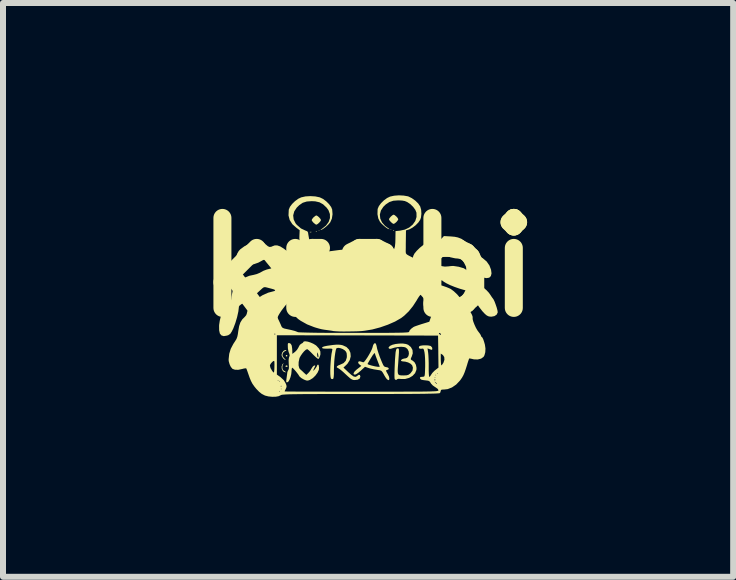
<source format=kicad_pcb>
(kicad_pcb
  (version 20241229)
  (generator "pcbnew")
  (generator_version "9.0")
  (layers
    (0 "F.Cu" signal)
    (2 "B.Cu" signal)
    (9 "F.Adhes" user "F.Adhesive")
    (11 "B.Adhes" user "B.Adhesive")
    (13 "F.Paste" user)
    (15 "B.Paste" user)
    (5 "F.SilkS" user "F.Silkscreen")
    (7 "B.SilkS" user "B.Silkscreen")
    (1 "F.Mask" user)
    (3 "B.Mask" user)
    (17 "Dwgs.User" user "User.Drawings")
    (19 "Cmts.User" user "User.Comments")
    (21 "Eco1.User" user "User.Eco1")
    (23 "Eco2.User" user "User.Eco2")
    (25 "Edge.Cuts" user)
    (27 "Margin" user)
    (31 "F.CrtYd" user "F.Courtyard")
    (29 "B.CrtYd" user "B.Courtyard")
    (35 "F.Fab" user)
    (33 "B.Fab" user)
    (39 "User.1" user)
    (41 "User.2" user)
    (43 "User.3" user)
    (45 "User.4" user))
  (footprint "krabi"
    (layer "F.Cu")
    (at 3.086 1.404)
    (property "Reference" "krabi" (at 0 0 0) (layer "F.SilkS") (effects (font (size 1.5 1.5) (thickness 0.3))))
    (attr board_only exclude_from_pos_files exclude_from_bom)
    (fp_poly (pts (xy -0.812 -0.612) (xy -0.818 -0.606) (xy -0.825 -0.612) (xy -0.818 -0.619)) (stroke (width 0) (type solid)) (fill yes) (layer "F.SilkS"))
    (fp_poly (pts (xy 0.387 -0.625) (xy 0.38 -0.619) (xy 0.374 -0.625) (xy 0.38 -0.631)) (stroke (width 0) (type solid)) (fill yes) (layer "F.SilkS"))
    (fp_poly (pts (xy -0.944 -0.588) (xy -0.948 -0.582) (xy -0.961 -0.581) (xy -0.975 -0.584) (xy -0.969 -0.589) (xy -0.949 -0.59)) (stroke (width 0) (type solid)) (fill yes) (layer "F.SilkS"))
    (fp_poly (pts (xy -0.855 -0.601) (xy -0.857 -0.594) (xy -0.863 -0.593) (xy -0.874 -0.598) (xy -0.872 -0.601) (xy -0.857 -0.603)) (stroke (width 0) (type solid)) (fill yes) (layer "F.SilkS"))
    (fp_poly (pts (xy 0.434 -0.614) (xy 0.432 -0.607) (xy 0.425 -0.606) (xy 0.415 -0.61) (xy 0.417 -0.614) (xy 0.432 -0.616)) (stroke (width 0) (type solid)) (fill yes) (layer "F.SilkS"))
    (fp_poly (pts (xy -1.35 1.465) (xy -1.347 1.468) (xy -1.349 1.485) (xy -1.352 1.488) (xy -1.369 1.486) (xy -1.372 1.483) (xy -1.37 1.466) (xy -1.367 1.463)) (stroke (width 0) (type solid)) (fill yes) (layer "F.SilkS"))
    (fp_poly (pts (xy -1.342 1.644) (xy -1.34 1.65) (xy -1.351 1.661) (xy -1.36 1.662) (xy -1.377 1.655) (xy -1.379 1.65) (xy -1.368 1.638) (xy -1.36 1.637)) (stroke (width 0) (type solid)) (fill yes) (layer "F.SilkS"))
    (fp_poly (pts (xy -1.409 1.605) (xy -1.414 1.611) (xy -1.427 1.64) (xy -1.43 1.678) (xy -1.421 1.709) (xy -1.421 1.709) (xy -1.402 1.726) (xy -1.385 1.737) (xy -1.37 1.748) (xy -1.377 1.752) (xy -1.38 1.752) (xy -1.404 1.744) (xy -1.422 1.729) (xy -1.439 1.696) (xy -1.442 1.656) (xy -1.431 1.622) (xy -1.421 1.61) (xy -1.406 1.599)) (stroke (width 0) (type solid)) (fill yes) (layer "F.SilkS"))
    (fp_poly (pts (xy -1.358 1.383) (xy -1.366 1.388) (xy -1.407 1.413) (xy -1.427 1.446) (xy -1.425 1.483) (xy -1.4 1.517) (xy -1.396 1.52) (xy -1.378 1.537) (xy -1.375 1.546) (xy -1.377 1.546) (xy -1.395 1.538) (xy -1.417 1.518) (xy -1.436 1.489) (xy -1.443 1.463) (xy -1.434 1.426) (xy -1.412 1.396) (xy -1.383 1.38) (xy -1.375 1.38)) (stroke (width 0) (type solid)) (fill yes) (layer "F.SilkS"))
    (fp_poly (pts (xy -0.846 -0.855) (xy -0.821 -0.835) (xy -0.818 -0.832) (xy -0.796 -0.807) (xy -0.786 -0.787) (xy -0.786 -0.786) (xy -0.794 -0.768) (xy -0.815 -0.743) (xy -0.818 -0.74) (xy -0.843 -0.719) (xy -0.862 -0.709) (xy -0.863 -0.709) (xy -0.881 -0.717) (xy -0.906 -0.738) (xy -0.909 -0.74) (xy -0.931 -0.766) (xy -0.941 -0.785) (xy -0.941 -0.786) (xy -0.932 -0.804) (xy -0.912 -0.829) (xy -0.909 -0.832) (xy -0.884 -0.853) (xy -0.865 -0.863) (xy -0.863 -0.863)) (stroke (width 0) (type solid)) (fill yes) (layer "F.SilkS"))
    (fp_poly (pts (xy 0.443 -0.868) (xy 0.468 -0.847) (xy 0.471 -0.845) (xy 0.492 -0.82) (xy 0.502 -0.8) (xy 0.503 -0.799) (xy 0.494 -0.781) (xy 0.474 -0.756) (xy 0.471 -0.753) (xy 0.446 -0.732) (xy 0.427 -0.722) (xy 0.425 -0.722) (xy 0.407 -0.73) (xy 0.382 -0.751) (xy 0.38 -0.753) (xy 0.358 -0.778) (xy 0.348 -0.798) (xy 0.348 -0.799) (xy 0.356 -0.817) (xy 0.377 -0.842) (xy 0.38 -0.845) (xy 0.405 -0.866) (xy 0.424 -0.876) (xy 0.425 -0.876)) (stroke (width 0) (type solid)) (fill yes) (layer "F.SilkS"))
    (fp_poly (pts (xy -0.452 1.295) (xy -0.422 1.302) (xy -0.361 1.33) (xy -0.319 1.373) (xy -0.295 1.427) (xy -0.29 1.487) (xy -0.306 1.548) (xy -0.343 1.607) (xy -0.361 1.626) (xy -0.411 1.673) (xy -0.329 1.751) (xy -0.278 1.796) (xy -0.24 1.822) (xy -0.21 1.828) (xy -0.187 1.817) (xy -0.18 1.811) (xy -0.156 1.793) (xy -0.137 1.797) (xy -0.129 1.822) (xy -0.129 1.823) (xy -0.14 1.856) (xy -0.173 1.875) (xy -0.225 1.881) (xy -0.249 1.879) (xy -0.272 1.87) (xy -0.3 1.852) (xy -0.336 1.82) (xy -0.372 1.787) (xy -0.416 1.746) (xy -0.456 1.712) (xy -0.487 1.69) (xy -0.501 1.682) (xy -0.523 1.669) (xy -0.52 1.653) (xy -0.495 1.636) (xy -0.469 1.626) (xy -0.41 1.599) (xy -0.373 1.56) (xy -0.356 1.509) (xy -0.354 1.481) (xy -0.357 1.438) (xy -0.367 1.41) (xy -0.388 1.387) (xy -0.389 1.386) (xy -0.422 1.365) (xy -0.461 1.35) (xy -0.498 1.344) (xy -0.523 1.349) (xy -0.529 1.354) (xy -0.539 1.382) (xy -0.548 1.43) (xy -0.557 1.494) (xy -0.564 1.566) (xy -0.568 1.642) (xy -0.57 1.709) (xy -0.57 1.776) (xy -0.573 1.821) (xy -0.577 1.848) (xy -0.584 1.862) (xy -0.589 1.865) (xy -0.612 1.862) (xy -0.62 1.854) (xy -0.626 1.829) (xy -0.63 1.784) (xy -0.631 1.724) (xy -0.629 1.655) (xy -0.624 1.581) (xy -0.618 1.509) (xy -0.61 1.444) (xy -0.599 1.391) (xy -0.599 1.387) (xy -0.595 1.371) (xy -0.6 1.361) (xy -0.617 1.357) (xy -0.652 1.357) (xy -0.679 1.358) (xy -0.727 1.357) (xy -0.755 1.354) (xy -0.766 1.346) (xy -0.767 1.341) (xy -0.759 1.33) (xy -0.732 1.32) (xy -0.684 1.31) (xy -0.657 1.306) (xy -0.584 1.296) (xy -0.53 1.291) (xy -0.488 1.291)) (stroke (width 0) (type solid)) (fill yes) (layer "F.SilkS"))
    (fp_poly (pts (xy 0.631 1.28) (xy 0.667 1.293) (xy 0.713 1.331) (xy 0.74 1.38) (xy 0.744 1.436) (xy 0.728 1.487) (xy 0.713 1.519) (xy 0.712 1.538) (xy 0.728 1.551) (xy 0.742 1.557) (xy 0.774 1.585) (xy 0.797 1.628) (xy 0.807 1.679) (xy 0.805 1.712) (xy 0.783 1.766) (xy 0.741 1.811) (xy 0.684 1.845) (xy 0.618 1.863) (xy 0.548 1.863) (xy 0.547 1.863) (xy 0.508 1.86) (xy 0.485 1.866) (xy 0.484 1.868) (xy 0.466 1.881) (xy 0.448 1.871) (xy 0.442 1.861) (xy 0.44 1.841) (xy 0.439 1.8) (xy 0.44 1.745) (xy 0.442 1.68) (xy 0.445 1.61) (xy 0.448 1.542) (xy 0.453 1.48) (xy 0.457 1.43) (xy 0.459 1.413) (xy 0.467 1.375) (xy 0.478 1.357) (xy 0.491 1.353) (xy 0.501 1.353) (xy 0.508 1.357) (xy 0.512 1.366) (xy 0.514 1.385) (xy 0.514 1.418) (xy 0.511 1.467) (xy 0.506 1.536) (xy 0.502 1.594) (xy 0.496 1.672) (xy 0.493 1.728) (xy 0.496 1.765) (xy 0.504 1.787) (xy 0.521 1.799) (xy 0.548 1.803) (xy 0.585 1.804) (xy 0.595 1.804) (xy 0.64 1.802) (xy 0.671 1.794) (xy 0.698 1.775) (xy 0.707 1.767) (xy 0.74 1.723) (xy 0.747 1.675) (xy 0.734 1.635) (xy 0.708 1.609) (xy 0.666 1.587) (xy 0.618 1.574) (xy 0.594 1.572) (xy 0.564 1.568) (xy 0.548 1.56) (xy 0.551 1.546) (xy 0.572 1.531) (xy 0.601 1.522) (xy 0.617 1.521) (xy 0.649 1.51) (xy 0.671 1.482) (xy 0.68 1.444) (xy 0.676 1.403) (xy 0.657 1.365) (xy 0.651 1.359) (xy 0.628 1.34) (xy 0.601 1.331) (xy 0.559 1.327) (xy 0.543 1.327) (xy 0.492 1.331) (xy 0.442 1.34) (xy 0.419 1.347) (xy 0.378 1.36) (xy 0.351 1.359) (xy 0.341 1.345) (xy 0.343 1.335) (xy 0.364 1.312) (xy 0.405 1.293) (xy 0.458 1.28) (xy 0.518 1.273) (xy 0.578 1.272)) (stroke (width 0) (type solid)) (fill yes) (layer "F.SilkS"))
    (fp_poly (pts (xy 0.128 1.275) (xy 0.137 1.298) (xy 0.146 1.334) (xy 0.147 1.345) (xy 0.156 1.379) (xy 0.172 1.43) (xy 0.192 1.488) (xy 0.208 1.529) (xy 0.232 1.587) (xy 0.249 1.625) (xy 0.263 1.648) (xy 0.277 1.659) (xy 0.293 1.664) (xy 0.3 1.665) (xy 0.331 1.673) (xy 0.345 1.688) (xy 0.34 1.702) (xy 0.324 1.71) (xy 0.306 1.715) (xy 0.299 1.723) (xy 0.304 1.74) (xy 0.321 1.771) (xy 0.33 1.786) (xy 0.348 1.825) (xy 0.354 1.857) (xy 0.35 1.878) (xy 0.337 1.883) (xy 0.315 1.868) (xy 0.308 1.86) (xy 0.291 1.837) (xy 0.269 1.801) (xy 0.258 1.78) (xy 0.238 1.747) (xy 0.221 1.728) (xy 0.195 1.718) (xy 0.154 1.712) (xy 0.149 1.711) (xy 0.093 1.702) (xy 0.036 1.689) (xy 0.01 1.681) (xy -0.052 1.66) (xy -0.124 1.726) (xy -0.162 1.758) (xy -0.195 1.781) (xy -0.218 1.791) (xy -0.22 1.791) (xy -0.241 1.784) (xy -0.242 1.766) (xy -0.225 1.738) (xy -0.189 1.704) (xy -0.178 1.696) (xy -0.113 1.645) (xy -0.142 1.623) (xy -0.152 1.613) (xy -0.01 1.613) (xy -0.001 1.62) (xy 0.027 1.63) (xy 0.061 1.64) (xy 0.116 1.653) (xy 0.16 1.66) (xy 0.187 1.661) (xy 0.193 1.657) (xy 0.189 1.643) (xy 0.177 1.612) (xy 0.16 1.568) (xy 0.155 1.555) (xy 0.137 1.508) (xy 0.123 1.47) (xy 0.116 1.447) (xy 0.116 1.444) (xy 0.111 1.431) (xy 0.098 1.44) (xy 0.074 1.471) (xy 0.045 1.518) (xy 0.02 1.56) (xy 0.001 1.593) (xy -0.009 1.611) (xy -0.01 1.613) (xy -0.152 1.613) (xy -0.164 1.599) (xy -0.165 1.578) (xy -0.148 1.568) (xy -0.122 1.572) (xy -0.093 1.582) (xy -0.077 1.585) (xy -0.063 1.574) (xy -0.041 1.546) (xy -0.014 1.507) (xy 0.014 1.461) (xy 0.04 1.414) (xy 0.06 1.373) (xy 0.072 1.342) (xy 0.073 1.337) (xy 0.084 1.299) (xy 0.099 1.273) (xy 0.116 1.266)) (stroke (width 0) (type solid)) (fill yes) (layer "F.SilkS"))
    (fp_poly (pts (xy -1.005 1.241) (xy -0.961 1.255) (xy -0.915 1.275) (xy -0.875 1.299) (xy -0.859 1.312) (xy -0.816 1.36) (xy -0.796 1.405) (xy -0.795 1.453) (xy -0.799 1.469) (xy -0.811 1.503) (xy -0.824 1.526) (xy -0.827 1.528) (xy -0.842 1.524) (xy -0.869 1.502) (xy -0.905 1.468) (xy -0.921 1.452) (xy -0.922 1.451) (xy -0.85 1.451) (xy -0.847 1.482) (xy -0.841 1.5) (xy -0.831 1.502) (xy -0.828 1.486) (xy -0.831 1.46) (xy -0.836 1.443) (xy -0.845 1.422) (xy -0.849 1.425) (xy -0.85 1.451) (xy -0.85 1.451) (xy -0.922 1.451) (xy -0.958 1.414) (xy -0.99 1.384) (xy -1.011 1.368) (xy -1.016 1.366) (xy -1.038 1.376) (xy -1.067 1.402) (xy -1.097 1.438) (xy -1.124 1.477) (xy -1.143 1.512) (xy -1.145 1.519) (xy -1.158 1.581) (xy -1.159 1.638) (xy -1.148 1.681) (xy -1.136 1.698) (xy -1.11 1.721) (xy -1.078 1.751) (xy -1.071 1.758) (xy -1.03 1.795) (xy -0.997 1.764) (xy -0.968 1.73) (xy -0.944 1.691) (xy -0.943 1.688) (xy -0.923 1.658) (xy -0.902 1.64) (xy -0.898 1.639) (xy -0.883 1.638) (xy -0.882 1.647) (xy -0.894 1.672) (xy -0.895 1.674) (xy -0.908 1.703) (xy -0.915 1.722) (xy -0.915 1.723) (xy -0.909 1.723) (xy -0.894 1.708) (xy -0.876 1.685) (xy -0.86 1.661) (xy -0.851 1.643) (xy -0.851 1.64) (xy -0.843 1.626) (xy -0.829 1.625) (xy -0.824 1.633) (xy -0.821 1.653) (xy -0.818 1.669) (xy -0.821 1.71) (xy -0.843 1.758) (xy -0.878 1.806) (xy -0.921 1.848) (xy -0.969 1.878) (xy -0.976 1.881) (xy -1.005 1.89) (xy -1.031 1.888) (xy -1.065 1.875) (xy -1.075 1.87) (xy -1.113 1.848) (xy -1.141 1.824) (xy -1.148 1.814) (xy -1.166 1.786) (xy -1.192 1.752) (xy -1.22 1.718) (xy -1.245 1.691) (xy -1.263 1.676) (xy -1.266 1.675) (xy -1.272 1.687) (xy -1.276 1.716) (xy -1.276 1.73) (xy -1.281 1.781) (xy -1.294 1.833) (xy -1.311 1.877) (xy -1.33 1.908) (xy -1.345 1.918) (xy -1.359 1.919) (xy -1.365 1.909) (xy -1.364 1.884) (xy -1.36 1.854) (xy -1.354 1.81) (xy -1.349 1.773) (xy -1.348 1.759) (xy -1.339 1.729) (xy -1.331 1.716) (xy -1.322 1.695) (xy -1.32 1.656) (xy -1.323 1.612) (xy -1.325 1.547) (xy -1.319 1.504) (xy -1.315 1.497) (xy -1.307 1.468) (xy -1.315 1.438) (xy -1.318 1.433) (xy -1.329 1.399) (xy -1.337 1.353) (xy -1.338 1.329) (xy -1.339 1.29) (xy -1.336 1.27) (xy -1.326 1.264) (xy -1.312 1.265) (xy -1.289 1.277) (xy -1.273 1.307) (xy -1.266 1.357) (xy -1.264 1.389) (xy -1.263 1.445) (xy -1.218 1.411) (xy -1.186 1.378) (xy -1.162 1.34) (xy -1.159 1.332) (xy -1.138 1.294) (xy -1.113 1.275) (xy -1.09 1.262) (xy -1.082 1.252) (xy -1.072 1.238) (xy -1.045 1.235)) (stroke (width 0) (type solid)) (fill yes) (layer "F.SilkS"))
    (fp_poly (pts (xy 0.593 -1.194) (xy 0.662 -1.182) (xy 0.674 -1.178) (xy 0.73 -1.15) (xy 0.787 -1.109) (xy 0.836 -1.061) (xy 0.868 -1.013) (xy 0.884 -0.958) (xy 0.888 -0.892) (xy 0.881 -0.828) (xy 0.868 -0.791) (xy 0.838 -0.746) (xy 0.792 -0.699) (xy 0.739 -0.659) (xy 0.689 -0.632) (xy 0.681 -0.629) (xy 0.631 -0.614) (xy 0.629 -0.452) (xy 0.628 -0.387) (xy 0.628 -0.328) (xy 0.627 -0.282) (xy 0.627 -0.255) (xy 0.627 -0.255) (xy 0.63 -0.231) (xy 0.646 -0.212) (xy 0.68 -0.192) (xy 0.686 -0.189) (xy 0.746 -0.159) (xy 0.753 -0.189) (xy 0.772 -0.227) (xy 0.81 -0.273) (xy 0.863 -0.325) (xy 0.914 -0.366) (xy 0.966 -0.404) (xy 1.007 -0.426) (xy 1.043 -0.434) (xy 1.081 -0.43) (xy 1.104 -0.425) (xy 1.162 -0.408) (xy 1.213 -0.464) (xy 1.263 -0.519) (xy 1.376 -0.513) (xy 1.444 -0.507) (xy 1.496 -0.496) (xy 1.541 -0.479) (xy 1.555 -0.473) (xy 1.612 -0.435) (xy 1.663 -0.388) (xy 1.702 -0.337) (xy 1.722 -0.288) (xy 1.722 -0.287) (xy 1.728 -0.263) (xy 1.741 -0.245) (xy 1.766 -0.228) (xy 1.807 -0.207) (xy 1.822 -0.2) (xy 1.91 -0.151) (xy 1.976 -0.095) (xy 2.022 -0.029) (xy 2.049 0.042) (xy 2.057 0.103) (xy 2.046 0.148) (xy 2.018 0.175) (xy 1.972 0.182) (xy 1.922 0.173) (xy 1.837 0.135) (xy 1.76 0.074) (xy 1.694 -0.006) (xy 1.653 -0.079) (xy 1.626 -0.138) (xy 1.547 -0.14) (xy 1.451 -0.148) (xy 1.369 -0.166) (xy 1.306 -0.193) (xy 1.265 -0.217) (xy 1.234 -0.17) (xy 1.203 -0.128) (xy 1.169 -0.087) (xy 1.164 -0.082) (xy 1.126 -0.041) (xy 1.2 -0.022) (xy 1.28 -0.01) (xy 1.339 -0.014) (xy 1.382 -0.019) (xy 1.416 -0.021) (xy 1.427 -0.02) (xy 1.454 -0.016) (xy 1.493 -0.01) (xy 1.508 -0.008) (xy 1.594 0.017) (xy 1.67 0.065) (xy 1.735 0.133) (xy 1.786 0.22) (xy 1.797 0.248) (xy 1.813 0.285) (xy 1.829 0.303) (xy 1.849 0.309) (xy 1.856 0.309) (xy 1.888 0.319) (xy 1.929 0.345) (xy 1.973 0.383) (xy 2.013 0.426) (xy 2.038 0.461) (xy 2.058 0.492) (xy 2.072 0.512) (xy 2.075 0.515) (xy 2.09 0.536) (xy 2.108 0.573) (xy 2.126 0.621) (xy 2.143 0.671) (xy 2.155 0.716) (xy 2.16 0.748) (xy 2.16 0.754) (xy 2.143 0.79) (xy 2.106 0.815) (xy 2.055 0.825) (xy 2.053 0.825) (xy 2.013 0.821) (xy 1.98 0.806) (xy 1.948 0.78) (xy 1.904 0.733) (xy 1.855 0.67) (xy 1.808 0.601) (xy 1.769 0.533) (xy 1.744 0.478) (xy 1.718 0.409) (xy 1.602 0.38) (xy 1.523 0.357) (xy 1.443 0.329) (xy 1.368 0.299) (xy 1.305 0.268) (xy 1.261 0.242) (xy 1.227 0.216) (xy 1.179 0.249) (xy 1.13 0.282) (xy 1.168 0.29) (xy 1.24 0.309) (xy 1.309 0.333) (xy 1.366 0.357) (xy 1.379 0.364) (xy 1.43 0.402) (xy 1.485 0.454) (xy 1.536 0.514) (xy 1.576 0.573) (xy 1.589 0.598) (xy 1.615 0.643) (xy 1.645 0.681) (xy 1.661 0.695) (xy 1.687 0.721) (xy 1.712 0.757) (xy 1.732 0.796) (xy 1.743 0.829) (xy 1.742 0.842) (xy 1.743 0.868) (xy 1.754 0.909) (xy 1.773 0.958) (xy 1.796 1.008) (xy 1.82 1.05) (xy 1.835 1.071) (xy 1.861 1.105) (xy 1.878 1.132) (xy 1.881 1.143) (xy 1.887 1.158) (xy 1.891 1.16) (xy 1.904 1.172) (xy 1.92 1.204) (xy 1.936 1.253) (xy 1.947 1.292) (xy 1.956 1.355) (xy 1.953 1.417) (xy 1.939 1.469) (xy 1.924 1.495) (xy 1.883 1.524) (xy 1.827 1.538) (xy 1.763 1.536) (xy 1.746 1.532) (xy 1.711 1.524) (xy 1.688 1.521) (xy 1.684 1.522) (xy 1.679 1.536) (xy 1.668 1.568) (xy 1.654 1.612) (xy 1.651 1.624) (xy 1.627 1.699) (xy 1.607 1.756) (xy 1.588 1.8) (xy 1.567 1.838) (xy 1.542 1.875) (xy 1.527 1.894) (xy 1.467 1.957) (xy 1.398 2.004) (xy 1.326 2.032) (xy 1.266 2.039) (xy 1.231 2.04) (xy 1.215 2.047) (xy 1.211 2.06) (xy 1.203 2.088) (xy 1.196 2.098) (xy 1.187 2.101) (xy 1.166 2.103) (xy 1.132 2.105) (xy 1.083 2.107) (xy 1.018 2.108) (xy 0.936 2.11) (xy 0.836 2.111) (xy 0.716 2.112) (xy 0.577 2.112) (xy 0.415 2.113) (xy 0.231 2.113) (xy 0.024 2.113) (xy -0.127 2.113) (xy -0.341 2.113) (xy -0.531 2.114) (xy -0.697 2.114) (xy -0.843 2.114) (xy -0.968 2.115) (xy -1.076 2.115) (xy -1.166 2.116) (xy -1.241 2.117) (xy -1.301 2.118) (xy -1.35 2.12) (xy -1.387 2.122) (xy -1.414 2.124) (xy -1.434 2.126) (xy -1.447 2.129) (xy -1.455 2.132) (xy -1.457 2.134) (xy -1.491 2.15) (xy -1.541 2.159) (xy -1.6 2.16) (xy -1.661 2.154) (xy -1.717 2.14) (xy -1.724 2.137) (xy -1.774 2.111) (xy -1.82 2.074) (xy -1.825 2.068) (xy -1.482 2.068) (xy -1.476 2.075) (xy -1.469 2.068) (xy -1.476 2.062) (xy -1.482 2.068) (xy -1.825 2.068) (xy -1.861 2.031) (xy -1.862 2.03) (xy -1.456 2.03) (xy -1.45 2.036) (xy -1.443 2.03) (xy -1.45 2.023) (xy -1.456 2.03) (xy -1.862 2.03) (xy -1.899 1.985) (xy -1.456 1.985) (xy -1.452 1.995) (xy -1.448 1.993) (xy -1.446 1.978) (xy -1.448 1.976) (xy -1.455 1.978) (xy -1.456 1.985) (xy -1.899 1.985) (xy -1.899 1.984) (xy -1.928 1.943) (xy -1.95 1.901) (xy -1.482 1.901) (xy -1.476 1.907) (xy -1.469 1.901) (xy -1.476 1.894) (xy -1.482 1.901) (xy -1.95 1.901) (xy -1.952 1.897) (xy -1.956 1.888) (xy -1.508 1.888) (xy -1.501 1.894) (xy -1.495 1.888) (xy -1.501 1.881) (xy -1.508 1.888) (xy -1.956 1.888) (xy -1.975 1.842) (xy -1.997 1.779) (xy -2.012 1.736) (xy -2.024 1.703) (xy -2.031 1.687) (xy -2.045 1.685) (xy -2.075 1.69) (xy -2.097 1.696) (xy -2.162 1.71) (xy -2.219 1.709) (xy -2.259 1.695) (xy -2.261 1.694) (xy -2.288 1.662) (xy -2.299 1.64) (xy -1.637 1.64) (xy -1.627 1.681) (xy -1.6 1.727) (xy -1.587 1.744) (xy -1.576 1.755) (xy -1.57 1.753) (xy -1.566 1.736) (xy -1.563 1.698) (xy -1.562 1.669) (xy -1.561 1.621) (xy -1.562 1.583) (xy -1.565 1.563) (xy -1.565 1.562) (xy -1.579 1.564) (xy -1.599 1.58) (xy -1.62 1.604) (xy -1.634 1.628) (xy -1.637 1.64) (xy -2.299 1.64) (xy -2.31 1.615) (xy -2.324 1.564) (xy -2.325 1.535) (xy -2.315 1.443) (xy -2.29 1.361) (xy -2.247 1.279) (xy -2.215 1.23) (xy -2.195 1.198) (xy -2.181 1.161) (xy -2.175 1.134) (xy -1.521 1.134) (xy -1.521 1.462) (xy -1.521 1.79) (xy -1.463 1.83) (xy -1.406 1.883) (xy -1.378 1.928) (xy -1.363 1.964) (xy -1.359 1.989) (xy -1.365 2.012) (xy -1.372 2.026) (xy -1.385 2.054) (xy -1.392 2.07) (xy -1.392 2.07) (xy -1.379 2.071) (xy -1.343 2.072) (xy -1.284 2.072) (xy -1.204 2.073) (xy -1.106 2.073) (xy -0.99 2.074) (xy -0.859 2.074) (xy -0.715 2.074) (xy -0.558 2.075) (xy -0.391 2.075) (xy -0.216 2.075) (xy -0.11 2.075) (xy 0.101 2.075) (xy 0.286 2.075) (xy 0.45 2.075) (xy 0.591 2.074) (xy 0.713 2.074) (xy 0.817 2.073) (xy 0.904 2.073) (xy 0.975 2.072) (xy 1.033 2.071) (xy 1.078 2.069) (xy 1.112 2.068) (xy 1.137 2.066) (xy 1.154 2.063) (xy 1.165 2.06) (xy 1.17 2.057) (xy 1.172 2.054) (xy 1.173 2.051) (xy 1.161 2.029) (xy 1.127 2.004) (xy 1.118 1.999) (xy 1.078 1.971) (xy 1.048 1.939) (xy 1.044 1.931) (xy 1.028 1.907) (xy 1.109 1.907) (xy 1.112 1.914) (xy 1.12 1.923) (xy 1.138 1.943) (xy 1.147 1.943) (xy 1.147 1.941) (xy 1.138 1.93) (xy 1.124 1.918) (xy 1.109 1.907) (xy 1.028 1.907) (xy 1.026 1.905) (xy 1.002 1.892) (xy 0.97 1.888) (xy 0.929 1.883) (xy 0.895 1.877) (xy 0.89 1.875) (xy 0.888 1.874) (xy 1.109 1.874) (xy 1.112 1.891) (xy 1.116 1.891) (xy 1.119 1.874) (xy 1.117 1.866) (xy 1.111 1.861) (xy 1.109 1.874) (xy 0.888 1.874) (xy 0.87 1.862) (xy 0.864 1.843) (xy 0.868 1.836) (xy 1.108 1.836) (xy 1.115 1.843) (xy 1.121 1.836) (xy 1.115 1.83) (xy 1.108 1.836) (xy 0.868 1.836) (xy 0.873 1.83) (xy 0.88 1.829) (xy 0.906 1.827) (xy 0.921 1.825) (xy 0.932 1.823) (xy 0.939 1.815) (xy 0.944 1.797) (xy 0.947 1.765) (xy 0.949 1.715) (xy 0.951 1.657) (xy 0.951 1.586) (xy 0.949 1.518) (xy 0.945 1.46) (xy 0.94 1.42) (xy 0.931 1.381) (xy 0.922 1.361) (xy 0.909 1.356) (xy 0.892 1.359) (xy 0.863 1.359) (xy 0.846 1.346) (xy 0.849 1.324) (xy 0.853 1.318) (xy 0.873 1.309) (xy 0.911 1.303) (xy 0.956 1.302) (xy 1.001 1.304) (xy 1.036 1.311) (xy 1.045 1.315) (xy 1.065 1.336) (xy 1.07 1.354) (xy 1.068 1.372) (xy 1.06 1.377) (xy 1.037 1.371) (xy 1.024 1.366) (xy 0.99 1.353) (xy 1.001 1.427) (xy 1.005 1.47) (xy 1.008 1.53) (xy 1.01 1.599) (xy 1.01 1.666) (xy 1.01 1.727) (xy 1.012 1.778) (xy 1.015 1.814) (xy 1.019 1.83) (xy 1.019 1.83) (xy 1.032 1.82) (xy 1.047 1.798) (xy 1.121 1.798) (xy 1.128 1.804) (xy 1.134 1.798) (xy 1.128 1.791) (xy 1.121 1.798) (xy 1.047 1.798) (xy 1.048 1.795) (xy 1.05 1.793) (xy 1.064 1.772) (xy 1.147 1.772) (xy 1.153 1.778) (xy 1.16 1.772) (xy 1.153 1.766) (xy 1.147 1.772) (xy 1.064 1.772) (xy 1.071 1.762) (xy 1.104 1.728) (xy 1.121 1.714) (xy 1.173 1.673) (xy 1.17 1.44) (xy 1.211 1.44) (xy 1.211 1.538) (xy 1.213 1.585) (xy 1.216 1.62) (xy 1.22 1.636) (xy 1.221 1.637) (xy 1.233 1.626) (xy 1.25 1.601) (xy 1.255 1.593) (xy 1.272 1.543) (xy 1.269 1.498) (xy 1.247 1.464) (xy 1.24 1.459) (xy 1.211 1.44) (xy 1.17 1.44) (xy 1.17 1.407) (xy 1.166 1.14) (xy -0.177 1.137) (xy -1.521 1.134) (xy -2.175 1.134) (xy -2.171 1.114) (xy -1.558 1.114) (xy -1.556 1.13) (xy -1.552 1.131) (xy -1.548 1.113) (xy -1.551 1.106) (xy -1.556 1.101) (xy -1.558 1.114) (xy -2.171 1.114) (xy -2.171 1.113) (xy -2.169 1.099) (xy 1.179 1.099) (xy 1.187 1.112) (xy 1.188 1.114) (xy 1.205 1.131) (xy 1.211 1.128) (xy 1.211 1.115) (xy 1.201 1.098) (xy 1.192 1.095) (xy 1.179 1.099) (xy -2.169 1.099) (xy -2.164 1.063) (xy -2.15 0.982) (xy -2.129 0.92) (xy -2.097 0.869) (xy -2.068 0.84) (xy -1.507 0.84) (xy -1.501 0.862) (xy -1.492 0.879) (xy -1.472 0.922) (xy -1.452 0.967) (xy -1.452 0.969) (xy -1.439 0.996) (xy -1.422 1.012) (xy -1.394 1.023) (xy -1.357 1.031) (xy -1.277 1.048) (xy -1.22 1.063) (xy -1.183 1.077) (xy -1.173 1.082) (xy -1.156 1.085) (xy -1.114 1.087) (xy -1.048 1.089) (xy -0.959 1.091) (xy -0.847 1.093) (xy -0.714 1.094) (xy -0.561 1.095) (xy -0.387 1.095) (xy -0.235 1.095) (xy -0.057 1.095) (xy 0.097 1.095) (xy 0.228 1.095) (xy 0.339 1.094) (xy 0.431 1.093) (xy 0.505 1.092) (xy 0.564 1.091) (xy 0.609 1.089) (xy 0.642 1.087) (xy 0.663 1.085) (xy 0.676 1.082) (xy 0.682 1.079) (xy 0.683 1.077) (xy 0.693 1.052) (xy 0.72 1.024) (xy 0.755 0.998) (xy 0.773 0.989) (xy 0.8 0.979) (xy 0.844 0.964) (xy 0.896 0.947) (xy 0.913 0.942) (xy 1.02 0.909) (xy 1.051 0.819) (xy 1.067 0.773) (xy 1.078 0.735) (xy 1.082 0.714) (xy 1.082 0.713) (xy 1.074 0.697) (xy 1.052 0.666) (xy 1.02 0.625) (xy 0.984 0.583) (xy 0.944 0.538) (xy 0.91 0.499) (xy 0.886 0.472) (xy 0.876 0.46) (xy 0.867 0.466) (xy 0.848 0.49) (xy 0.823 0.529) (xy 0.807 0.557) (xy 0.747 0.649) (xy 0.677 0.736) (xy 0.601 0.809) (xy 0.55 0.848) (xy 0.449 0.906) (xy 0.33 0.958) (xy 0.201 1.003) (xy 0.069 1.038) (xy -0.059 1.059) (xy -0.103 1.064) (xy -0.169 1.068) (xy -0.245 1.07) (xy -0.325 1.071) (xy -0.404 1.072) (xy -0.475 1.071) (xy -0.534 1.068) (xy -0.574 1.065) (xy -0.58 1.064) (xy -0.613 1.058) (xy -0.657 1.052) (xy -0.67 1.05) (xy -0.729 1.042) (xy -0.775 1.034) (xy -0.819 1.023) (xy -0.871 1.008) (xy -0.902 0.998) (xy -1.017 0.953) (xy -1.124 0.893) (xy -1.167 0.863) (xy -1.202 0.83) (xy -1.24 0.784) (xy -1.275 0.732) (xy -1.303 0.684) (xy -1.315 0.652) (xy -1.324 0.617) (xy -1.33 0.594) (xy -1.331 0.59) (xy -1.34 0.594) (xy -1.359 0.615) (xy -1.386 0.647) (xy -1.416 0.686) (xy -1.446 0.726) (xy -1.471 0.764) (xy -1.484 0.785) (xy -1.502 0.818) (xy -1.507 0.84) (xy -2.068 0.84) (xy -2.055 0.827) (xy -2.033 0.801) (xy -2.023 0.777) (xy -2.023 0.777) (xy -2.014 0.738) (xy -1.992 0.69) (xy -1.961 0.638) (xy -1.926 0.594) (xy -1.852 0.526) (xy -1.762 0.468) (xy -1.667 0.425) (xy -1.595 0.406) (xy -1.559 0.396) (xy -1.549 0.385) (xy -1.565 0.372) (xy -1.601 0.361) (xy -1.647 0.349) (xy -1.689 0.338) (xy -1.697 0.336) (xy -1.719 0.332) (xy -1.739 0.335) (xy -1.762 0.351) (xy -1.794 0.38) (xy -1.806 0.391) (xy -1.886 0.465) (xy -1.958 0.522) (xy -2.026 0.567) (xy -2.072 0.593) (xy -2.115 0.618) (xy -2.144 0.641) (xy -2.153 0.655) (xy -2.163 0.738) (xy -2.184 0.833) (xy -2.213 0.93) (xy -2.247 1.02) (xy -2.273 1.073) (xy -2.298 1.111) (xy -2.331 1.133) (xy -2.353 1.14) (xy -2.406 1.149) (xy -2.445 1.137) (xy -2.471 1.106) (xy -2.483 1.053) (xy -2.484 0.978) (xy -2.483 0.96) (xy -2.473 0.893) (xy -2.456 0.821) (xy -2.435 0.751) (xy -2.411 0.69) (xy -2.387 0.646) (xy -2.386 0.645) (xy -2.358 0.616) (xy -2.324 0.594) (xy -2.301 0.58) (xy -2.289 0.563) (xy -2.282 0.535) (xy -2.278 0.494) (xy -2.258 0.396) (xy -2.216 0.311) (xy -2.154 0.238) (xy -2.075 0.182) (xy -1.98 0.143) (xy -1.909 0.128) (xy -1.855 0.114) (xy -1.803 0.092) (xy -1.789 0.084) (xy -1.743 0.059) (xy -1.69 0.039) (xy -1.675 0.035) (xy -1.613 0.02) (xy -1.666 -0.045) (xy -1.695 -0.08) (xy -1.717 -0.108) (xy -1.728 -0.121) (xy -1.744 -0.122) (xy -1.77 -0.109) (xy -1.774 -0.106) (xy -1.83 -0.076) (xy -1.902 -0.051) (xy -1.981 -0.034) (xy -2.009 -0.031) (xy -2.066 -0.022) (xy -2.1 -0.007) (xy -2.113 0.014) (xy -2.113 0.02) (xy -2.121 0.047) (xy -2.14 0.088) (xy -2.167 0.135) (xy -2.197 0.18) (xy -2.227 0.217) (xy -2.239 0.23) (xy -2.3 0.278) (xy -2.36 0.31) (xy -2.413 0.325) (xy -2.457 0.322) (xy -2.47 0.315) (xy -2.489 0.299) (xy -2.498 0.274) (xy -2.5 0.234) (xy -2.5 0.229) (xy -2.487 0.148) (xy -2.451 0.072) (xy -2.391 0.003) (xy -2.31 -0.058) (xy -2.272 -0.079) (xy -2.234 -0.102) (xy -2.213 -0.124) (xy -2.203 -0.152) (xy -2.202 -0.155) (xy -2.185 -0.221) (xy -2.157 -0.27) (xy -2.131 -0.298) (xy -2.062 -0.349) (xy -1.977 -0.39) (xy -1.887 -0.416) (xy -1.808 -0.425) (xy -1.768 -0.422) (xy -1.738 -0.408) (xy -1.707 -0.38) (xy -1.67 -0.349) (xy -1.641 -0.337) (xy -1.61 -0.342) (xy -1.596 -0.349) (xy -1.555 -0.364) (xy -1.513 -0.363) (xy -1.466 -0.347) (xy -1.409 -0.312) (xy -1.347 -0.265) (xy -1.295 -0.221) (xy -1.26 -0.185) (xy -1.236 -0.152) (xy -1.224 -0.126) (xy -1.209 -0.092) (xy -1.136 -0.126) (xy -1.097 -0.145) (xy -1.069 -0.159) (xy -1.058 -0.164) (xy -1.06 -0.177) (xy -1.071 -0.206) (xy -1.086 -0.242) (xy -1.121 -0.327) (xy -1.14 -0.404) (xy -1.146 -0.484) (xy -1.145 -0.523) (xy -1.141 -0.617) (xy -1.194 -0.656) (xy -1.263 -0.717) (xy -1.307 -0.786) (xy -1.327 -0.863) (xy -1.323 -0.95) (xy -1.322 -0.961) (xy -1.303 -1.006) (xy -1.267 -1.054) (xy -1.219 -1.101) (xy -1.166 -1.14) (xy -1.116 -1.164) (xy -1.045 -1.18) (xy -0.963 -1.185) (xy -0.88 -1.18) (xy -0.808 -1.165) (xy -0.805 -1.164) (xy -0.751 -1.138) (xy -0.698 -1.098) (xy -0.651 -1.051) (xy -0.616 -1.003) (xy -0.599 -0.961) (xy -0.593 -0.883) (xy -0.604 -0.81) (xy -0.631 -0.749) (xy -0.637 -0.741) (xy -0.666 -0.708) (xy -0.703 -0.674) (xy -0.741 -0.645) (xy -0.773 -0.625) (xy -0.791 -0.619) (xy -0.791 -0.624) (xy -0.773 -0.638) (xy -0.767 -0.642) (xy -0.702 -0.694) (xy -0.658 -0.754) (xy -0.636 -0.819) (xy -0.637 -0.886) (xy -0.661 -0.951) (xy -0.693 -0.994) (xy -0.75 -1.048) (xy -0.811 -1.082) (xy -0.881 -1.098) (xy -0.941 -1.101) (xy -1.023 -1.095) (xy -1.09 -1.074) (xy -1.148 -1.034) (xy -1.189 -0.994) (xy -1.231 -0.931) (xy -1.249 -0.864) (xy -1.241 -0.796) (xy -1.209 -0.731) (xy -1.189 -0.707) (xy -1.119 -0.646) (xy -1.041 -0.609) (xy -1.032 -0.606) (xy -1.012 -0.597) (xy -1.001 -0.576) (xy -0.996 -0.541) (xy -0.977 -0.434) (xy -0.939 -0.335) (xy -0.915 -0.292) (xy -0.891 -0.256) (xy -0.874 -0.239) (xy -0.855 -0.234) (xy -0.834 -0.238) (xy -0.766 -0.25) (xy -0.688 -0.261) (xy -0.657 -0.264) (xy -0.607 -0.27) (xy -0.556 -0.277) (xy -0.548 -0.278) (xy -0.503 -0.284) (xy -0.461 -0.289) (xy -0.416 -0.292) (xy -0.362 -0.295) (xy -0.297 -0.298) (xy -0.214 -0.3) (xy -0.135 -0.302) (xy -0.028 -0.304) (xy 0.061 -0.304) (xy 0.136 -0.301) (xy 0.206 -0.296) (xy 0.276 -0.288) (xy 0.349 -0.278) (xy 0.388 -0.275) (xy 0.416 -0.284) (xy 0.435 -0.306) (xy 0.447 -0.346) (xy 0.453 -0.406) (xy 0.455 -0.47) (xy 0.457 -0.602) (xy 0.529 -0.609) (xy 0.613 -0.627) (xy 0.686 -0.662) (xy 0.744 -0.711) (xy 0.786 -0.77) (xy 0.807 -0.837) (xy 0.806 -0.909) (xy 0.806 -0.909) (xy 0.787 -0.956) (xy 0.751 -1.005) (xy 0.704 -1.051) (xy 0.652 -1.086) (xy 0.612 -1.103) (xy 0.567 -1.111) (xy 0.506 -1.114) (xy 0.503 -1.114) (xy 0.42 -1.108) (xy 0.354 -1.086) (xy 0.295 -1.047) (xy 0.254 -1.007) (xy 0.213 -0.945) (xy 0.196 -0.879) (xy 0.202 -0.812) (xy 0.231 -0.748) (xy 0.281 -0.69) (xy 0.329 -0.655) (xy 0.35 -0.64) (xy 0.355 -0.632) (xy 0.353 -0.632) (xy 0.33 -0.64) (xy 0.297 -0.662) (xy 0.259 -0.693) (xy 0.223 -0.727) (xy 0.199 -0.754) (xy 0.17 -0.811) (xy 0.156 -0.883) (xy 0.158 -0.96) (xy 0.16 -0.974) (xy 0.179 -1.018) (xy 0.215 -1.067) (xy 0.263 -1.114) (xy 0.316 -1.153) (xy 0.366 -1.177) (xy 0.434 -1.192) (xy 0.513 -1.198)) (stroke (width 0) (type solid)) (fill yes) (layer "F.SilkS")))
  (gr_rect
    (start -3 -3)
    (end 9.171 6.564)
    (stroke (width 0.1) (type default))
    (fill no)
    (layer "Edge.Cuts")))
</source>
